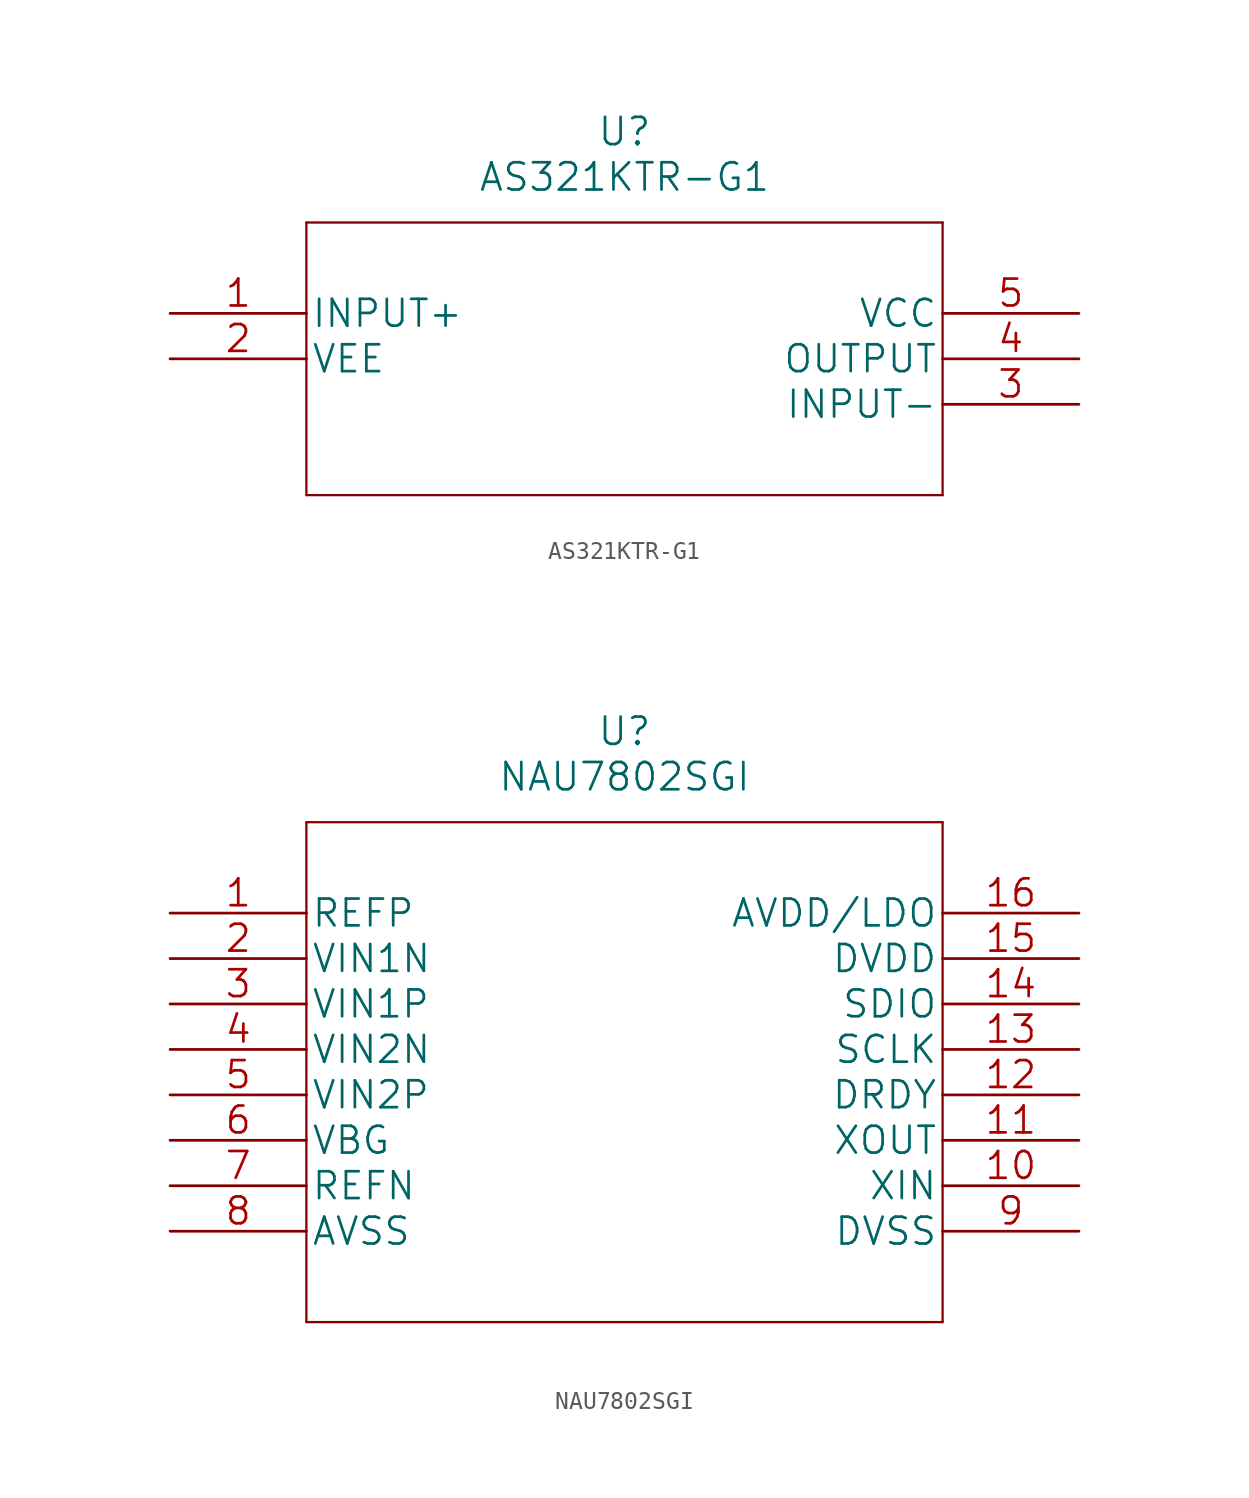
<source format=kicad_sym>
(kicad_symbol_lib
  (version 20211014)
  (generator kicad_symbol_editor)
  (symbol "AS321KTR-G1"
    (pin_names
      (offset 0.254))
    (property "Reference" "U"
      (at 25.4 10.16 0)
      (effects (font (size 1.524 1.524))))
    (property "Value" "AS321KTR-G1"
      (at 25.4 7.62 0)
      (effects (font (size 1.524 1.524))))
    (property "Datasheet" ""
      (at 0 0 0)
      (effects (font (size 1.524 1.524))))
    (property "ki_locked" ""
      (at 0 0 0)
      (effects (font (size 1.27 1.27))))
    (symbol "AS321KTR-G1_1_1"
      (polyline (pts (xy 7.62 -10.16) (xy 43.18 -10.16)) (stroke (width 0.127) (type default) (color 0 0 0 0)) (fill (type none)))
      (polyline (pts (xy 7.62 5.08) (xy 7.62 -10.16)) (stroke (width 0.127) (type default) (color 0 0 0 0)) (fill (type none)))
      (polyline (pts (xy 43.18 -10.16) (xy 43.18 5.08)) (stroke (width 0.127) (type default) (color 0 0 0 0)) (fill (type none)))
      (polyline (pts (xy 43.18 5.08) (xy 7.62 5.08)) (stroke (width 0.127) (type default) (color 0 0 0 0)) (fill (type none)))
      (pin input line (at 0 0 0) (length 7.62) (name "INPUT+" (effects (font (size 1.499 1.499)))) (number "1" (effects (font (size 1.499 1.499)))))
      (pin power_in line (at 0 -2.54 0) (length 7.62) (name "VEE" (effects (font (size 1.499 1.499)))) (number "2" (effects (font (size 1.499 1.499)))))
      (pin input line (at 50.8 -5.08 180) (length 7.62) (name "INPUT-" (effects (font (size 1.499 1.499)))) (number "3" (effects (font (size 1.499 1.499)))))
      (pin output line (at 50.8 -2.54 180) (length 7.62) (name "OUTPUT" (effects (font (size 1.499 1.499)))) (number "4" (effects (font (size 1.499 1.499)))))
      (pin power_in line (at 50.8 0 180) (length 7.62) (name "VCC" (effects (font (size 1.499 1.499)))) (number "5" (effects (font (size 1.499 1.499)))))))
  (symbol "NAU7802SGI"
    (pin_names
      (offset 0.254))
    (property "Reference" "U"
      (at 25.4 10.16 0)
      (effects (font (size 1.524 1.524))))
    (property "Value" "NAU7802SGI"
      (at 25.4 7.62 0)
      (effects (font (size 1.524 1.524))))
    (property "Datasheet" ""
      (at 0 0 0)
      (effects (font (size 1.524 1.524))))
    (property "ki_locked" ""
      (at 0 0 0)
      (effects (font (size 1.27 1.27))))
    (symbol "NAU7802SGI_1_1"
      (polyline (pts (xy 7.62 -22.86) (xy 43.18 -22.86)) (stroke (width 0.127) (type default) (color 0 0 0 0)) (fill (type none)))
      (polyline (pts (xy 7.62 5.08) (xy 7.62 -22.86)) (stroke (width 0.127) (type default) (color 0 0 0 0)) (fill (type none)))
      (polyline (pts (xy 43.18 -22.86) (xy 43.18 5.08)) (stroke (width 0.127) (type default) (color 0 0 0 0)) (fill (type none)))
      (polyline (pts (xy 43.18 5.08) (xy 7.62 5.08)) (stroke (width 0.127) (type default) (color 0 0 0 0)) (fill (type none)))
      (pin unspecified line (at 0 0 0) (length 7.62) (name "REFP" (effects (font (size 1.499 1.499)))) (number "1" (effects (font (size 1.499 1.499)))))
      (pin unspecified line (at 50.8 -15.24 180) (length 7.62) (name "XIN" (effects (font (size 1.499 1.499)))) (number "10" (effects (font (size 1.499 1.499)))))
      (pin output line (at 50.8 -12.7 180) (length 7.62) (name "XOUT" (effects (font (size 1.499 1.499)))) (number "11" (effects (font (size 1.499 1.499)))))
      (pin unspecified line (at 50.8 -10.16 180) (length 7.62) (name "DRDY" (effects (font (size 1.499 1.499)))) (number "12" (effects (font (size 1.499 1.499)))))
      (pin unspecified line (at 50.8 -7.62 180) (length 7.62) (name "SCLK" (effects (font (size 1.499 1.499)))) (number "13" (effects (font (size 1.499 1.499)))))
      (pin unspecified line (at 50.8 -5.08 180) (length 7.62) (name "SDIO" (effects (font (size 1.499 1.499)))) (number "14" (effects (font (size 1.499 1.499)))))
      (pin power_in line (at 50.8 -2.54 180) (length 7.62) (name "DVDD" (effects (font (size 1.499 1.499)))) (number "15" (effects (font (size 1.499 1.499)))))
      (pin power_in line (at 50.8 0 180) (length 7.62) (name "AVDD/LDO" (effects (font (size 1.499 1.499)))) (number "16" (effects (font (size 1.499 1.499)))))
      (pin input line (at 0 -2.54 0) (length 7.62) (name "VIN1N" (effects (font (size 1.499 1.499)))) (number "2" (effects (font (size 1.499 1.499)))))
      (pin input line (at 0 -5.08 0) (length 7.62) (name "VIN1P" (effects (font (size 1.499 1.499)))) (number "3" (effects (font (size 1.499 1.499)))))
      (pin input line (at 0 -7.62 0) (length 7.62) (name "VIN2N" (effects (font (size 1.499 1.499)))) (number "4" (effects (font (size 1.499 1.499)))))
      (pin input line (at 0 -10.16 0) (length 7.62) (name "VIN2P" (effects (font (size 1.499 1.499)))) (number "5" (effects (font (size 1.499 1.499)))))
      (pin unspecified line (at 0 -12.7 0) (length 7.62) (name "VBG" (effects (font (size 1.499 1.499)))) (number "6" (effects (font (size 1.499 1.499)))))
      (pin unspecified line (at 0 -15.24 0) (length 7.62) (name "REFN" (effects (font (size 1.499 1.499)))) (number "7" (effects (font (size 1.499 1.499)))))
      (pin power_in line (at 0 -17.78 0) (length 7.62) (name "AVSS" (effects (font (size 1.499 1.499)))) (number "8" (effects (font (size 1.499 1.499)))))
      (pin power_in line (at 50.8 -17.78 180) (length 7.62) (name "DVSS" (effects (font (size 1.499 1.499)))) (number "9" (effects (font (size 1.499 1.499))))))))
</source>
